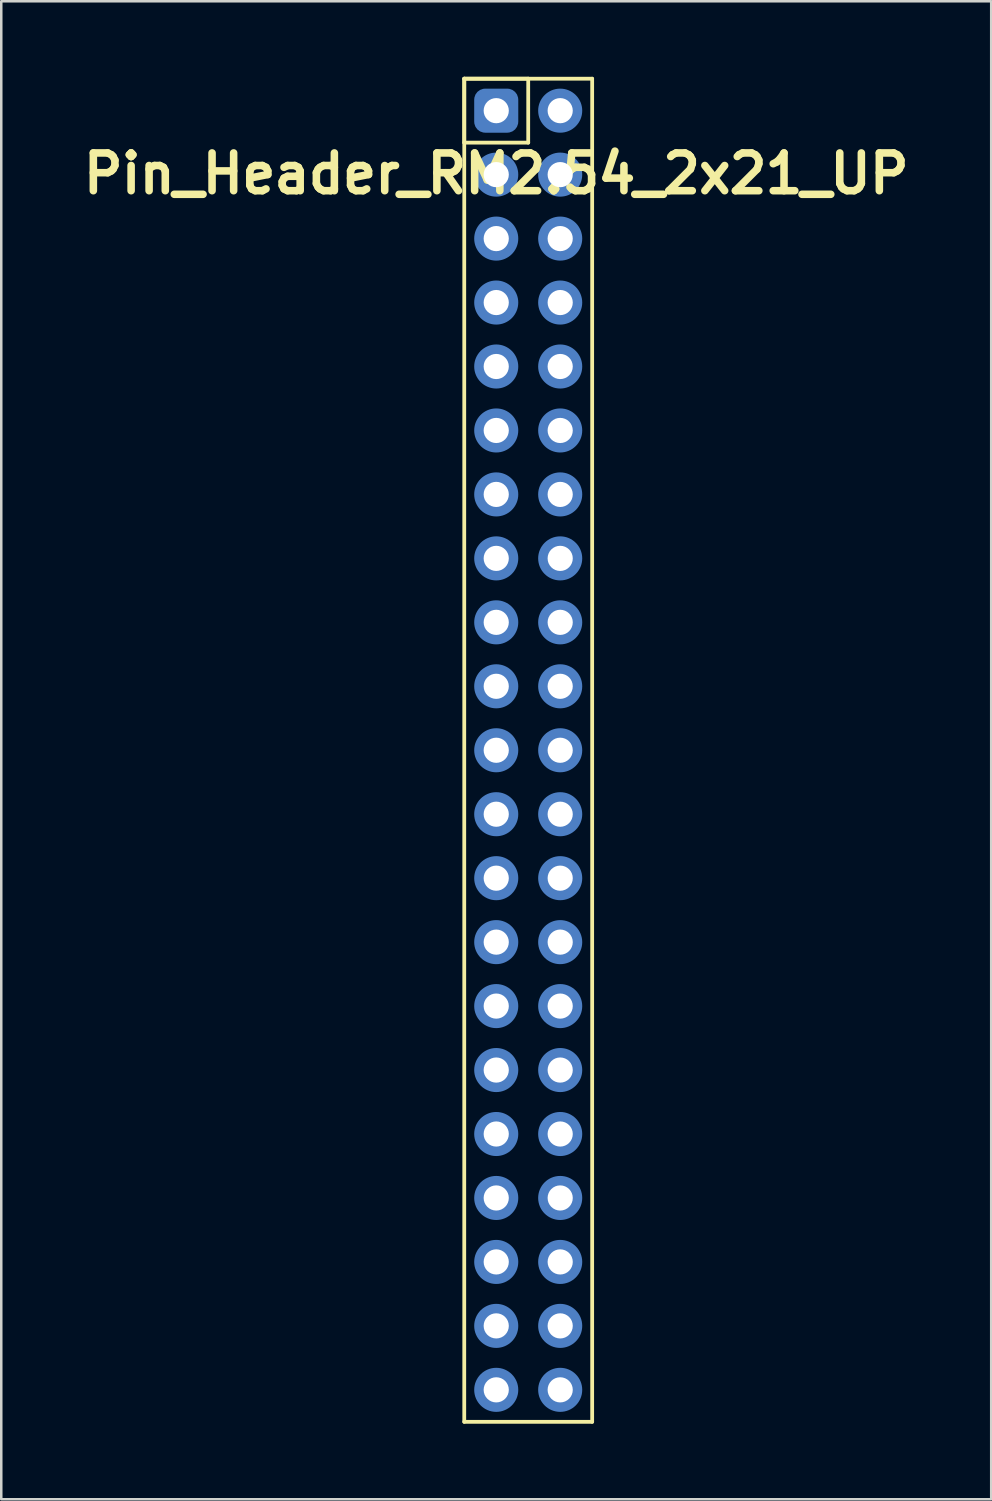
<source format=kicad_pcb>
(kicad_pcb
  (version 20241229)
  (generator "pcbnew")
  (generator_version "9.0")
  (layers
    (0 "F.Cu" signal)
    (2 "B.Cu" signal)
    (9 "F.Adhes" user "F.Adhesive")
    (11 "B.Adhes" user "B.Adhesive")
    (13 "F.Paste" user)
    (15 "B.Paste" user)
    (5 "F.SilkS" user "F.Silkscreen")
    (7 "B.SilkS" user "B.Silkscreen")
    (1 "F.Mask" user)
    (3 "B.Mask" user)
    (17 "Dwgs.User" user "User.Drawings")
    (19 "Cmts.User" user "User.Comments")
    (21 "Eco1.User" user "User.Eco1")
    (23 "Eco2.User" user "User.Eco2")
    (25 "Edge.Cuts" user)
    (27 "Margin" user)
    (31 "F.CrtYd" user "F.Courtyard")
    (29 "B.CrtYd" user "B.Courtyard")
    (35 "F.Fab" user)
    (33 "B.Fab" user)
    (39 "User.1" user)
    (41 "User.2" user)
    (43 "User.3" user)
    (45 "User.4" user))
  (footprint "Pin_Header_RM2.54_2x21_UP"
    (layer "F.Cu")
    (at 16.657 1.345)
    (property "Reference" "Pin_Header_RM2.54_2x21_UP" (at 0 2.5 0) (layer "F.SilkS") (effects (font (size 1.5 1.5) (thickness 0.3))))
    (attr through_hole)
    (fp_line (start -1.27 -1.27) (end 1.27 -1.27) (stroke (width 0.15) (type solid)) (layer "F.SilkS"))
    (fp_line (start -1.27 -1.27) (end 3.81 -1.27) (stroke (width 0.15) (type solid)) (layer "F.SilkS"))
    (fp_line (start -1.27 1.27) (end -1.27 -1.27) (stroke (width 0.15) (type solid)) (layer "F.SilkS"))
    (fp_line (start -1.27 52.07) (end -1.27 -1.27) (stroke (width 0.15) (type solid)) (layer "F.SilkS"))
    (fp_line (start 1.27 -1.27) (end 1.27 1.27) (stroke (width 0.15) (type solid)) (layer "F.SilkS"))
    (fp_line (start 1.27 1.27) (end -1.27 1.27) (stroke (width 0.15) (type solid)) (layer "F.SilkS"))
    (fp_line (start 3.81 -1.27) (end 3.81 52.07) (stroke (width 0.15) (type solid)) (layer "F.SilkS"))
    (fp_line (start 3.81 52.07) (end -1.27 52.07) (stroke (width 0.15) (type solid)) (layer "F.SilkS"))
    (pad "1" thru_hole circle (at 0 0) (size 1.3 1.3) (drill 1) (layers "*.Cu" "*.Mask"))
    (pad "1" smd roundrect (at 0 0) (size 1.5 1.5) (layers "F.Cu" "F.Mask") (roundrect_rratio 0.25))
    (pad "1" smd roundrect (at 0 0) (size 1.75 1.75) (layers "B.Cu" "B.Mask") (roundrect_rratio 0.25))
    (pad "2" thru_hole circle (at 2.54 0) (size 1.3 1.3) (drill 1) (layers "*.Cu" "*.Mask"))
    (pad "2" smd circle (at 2.54 0) (size 1.5 1.5) (layers "F.Cu" "F.Mask"))
    (pad "2" smd circle (at 2.54 0) (size 1.75 1.75) (layers "B.Cu" "B.Mask"))
    (pad "3" thru_hole circle (at 0 2.54) (size 1.3 1.3) (drill 1) (layers "*.Cu" "*.Mask"))
    (pad "3" smd circle (at 0 2.54) (size 1.5 1.5) (layers "F.Cu" "F.Mask"))
    (pad "3" smd circle (at 0 2.54) (size 1.75 1.75) (layers "B.Cu" "B.Mask"))
    (pad "4" thru_hole circle (at 2.54 2.54) (size 1.3 1.3) (drill 1) (layers "*.Cu" "*.Mask"))
    (pad "4" smd circle (at 2.54 2.54) (size 1.5 1.5) (layers "F.Cu" "F.Mask"))
    (pad "4" smd circle (at 2.54 2.54) (size 1.75 1.75) (layers "B.Cu" "B.Mask"))
    (pad "5" thru_hole circle (at 0 5.08) (size 1.3 1.3) (drill 1) (layers "*.Cu" "*.Mask"))
    (pad "5" smd circle (at 0 5.08) (size 1.5 1.5) (layers "F.Cu" "F.Mask"))
    (pad "5" smd circle (at 0 5.08) (size 1.75 1.75) (layers "B.Cu" "B.Mask"))
    (pad "6" thru_hole circle (at 2.54 5.08) (size 1.3 1.3) (drill 1) (layers "*.Cu" "*.Mask"))
    (pad "6" smd circle (at 2.54 5.08) (size 1.5 1.5) (layers "F.Cu" "F.Mask"))
    (pad "6" smd circle (at 2.54 5.08) (size 1.75 1.75) (layers "B.Cu" "B.Mask"))
    (pad "7" thru_hole circle (at 0 7.62) (size 1.3 1.3) (drill 1) (layers "*.Cu" "*.Mask"))
    (pad "7" smd circle (at 0 7.62) (size 1.5 1.5) (layers "F.Cu" "F.Mask"))
    (pad "7" smd circle (at 0 7.62) (size 1.75 1.75) (layers "B.Cu" "B.Mask"))
    (pad "8" thru_hole circle (at 2.54 7.62) (size 1.3 1.3) (drill 1) (layers "*.Cu" "*.Mask"))
    (pad "8" smd circle (at 2.54 7.62) (size 1.5 1.5) (layers "F.Cu" "F.Mask"))
    (pad "8" smd circle (at 2.54 7.62) (size 1.75 1.75) (layers "B.Cu" "B.Mask"))
    (pad "9" thru_hole circle (at 0 10.16) (size 1.3 1.3) (drill 1) (layers "*.Cu" "*.Mask"))
    (pad "9" smd circle (at 0 10.16) (size 1.5 1.5) (layers "F.Cu" "F.Mask"))
    (pad "9" smd circle (at 0 10.16) (size 1.75 1.75) (layers "B.Cu" "B.Mask"))
    (pad "10" thru_hole circle (at 2.54 10.16) (size 1.3 1.3) (drill 1) (layers "*.Cu" "*.Mask"))
    (pad "10" smd circle (at 2.54 10.16) (size 1.5 1.5) (layers "F.Cu" "F.Mask"))
    (pad "10" smd circle (at 2.54 10.16) (size 1.75 1.75) (layers "B.Cu" "B.Mask"))
    (pad "11" thru_hole circle (at 0 12.7) (size 1.3 1.3) (drill 1) (layers "*.Cu" "*.Mask"))
    (pad "11" smd circle (at 0 12.7) (size 1.5 1.5) (layers "F.Cu" "F.Mask"))
    (pad "11" smd circle (at 0 12.7) (size 1.75 1.75) (layers "B.Cu" "B.Mask"))
    (pad "12" thru_hole circle (at 2.54 12.7) (size 1.3 1.3) (drill 1) (layers "*.Cu" "*.Mask"))
    (pad "12" smd circle (at 2.54 12.7) (size 1.5 1.5) (layers "F.Cu" "F.Mask"))
    (pad "12" smd circle (at 2.54 12.7) (size 1.75 1.75) (layers "B.Cu" "B.Mask"))
    (pad "13" thru_hole circle (at 0 15.24) (size 1.3 1.3) (drill 1) (layers "*.Cu" "*.Mask"))
    (pad "13" smd circle (at 0 15.24) (size 1.5 1.5) (layers "F.Cu" "F.Mask"))
    (pad "13" smd circle (at 0 15.24) (size 1.75 1.75) (layers "B.Cu" "B.Mask"))
    (pad "14" thru_hole circle (at 2.54 15.24) (size 1.3 1.3) (drill 1) (layers "*.Cu" "*.Mask"))
    (pad "14" smd circle (at 2.54 15.24) (size 1.5 1.5) (layers "F.Cu" "F.Mask"))
    (pad "14" smd circle (at 2.54 15.24) (size 1.75 1.75) (layers "B.Cu" "B.Mask"))
    (pad "15" thru_hole circle (at 0 17.78) (size 1.3 1.3) (drill 1) (layers "*.Cu" "*.Mask"))
    (pad "15" smd circle (at 0 17.78) (size 1.5 1.5) (layers "F.Cu" "F.Mask"))
    (pad "15" smd circle (at 0 17.78) (size 1.75 1.75) (layers "B.Cu" "B.Mask"))
    (pad "16" thru_hole circle (at 2.54 17.78) (size 1.3 1.3) (drill 1) (layers "*.Cu" "*.Mask"))
    (pad "16" smd circle (at 2.54 17.78) (size 1.5 1.5) (layers "F.Cu" "F.Mask"))
    (pad "16" smd circle (at 2.54 17.78) (size 1.75 1.75) (layers "B.Cu" "B.Mask"))
    (pad "17" thru_hole circle (at 0 20.32) (size 1.3 1.3) (drill 1) (layers "*.Cu" "*.Mask"))
    (pad "17" smd circle (at 0 20.32) (size 1.5 1.5) (layers "F.Cu" "F.Mask"))
    (pad "17" smd circle (at 0 20.32) (size 1.75 1.75) (layers "B.Cu" "B.Mask"))
    (pad "18" thru_hole circle (at 2.54 20.32) (size 1.3 1.3) (drill 1) (layers "*.Cu" "*.Mask"))
    (pad "18" smd circle (at 2.54 20.32) (size 1.5 1.5) (layers "F.Cu" "F.Mask"))
    (pad "18" smd circle (at 2.54 20.32) (size 1.75 1.75) (layers "B.Cu" "B.Mask"))
    (pad "19" thru_hole circle (at 0 22.86) (size 1.3 1.3) (drill 1) (layers "*.Cu" "*.Mask"))
    (pad "19" smd circle (at 0 22.86) (size 1.5 1.5) (layers "F.Cu" "F.Mask"))
    (pad "19" smd circle (at 0 22.86) (size 1.75 1.75) (layers "B.Cu" "B.Mask"))
    (pad "20" thru_hole circle (at 2.54 22.86) (size 1.3 1.3) (drill 1) (layers "*.Cu" "*.Mask"))
    (pad "20" smd circle (at 2.54 22.86) (size 1.5 1.5) (layers "F.Cu" "F.Mask"))
    (pad "20" smd circle (at 2.54 22.86) (size 1.75 1.75) (layers "B.Cu" "B.Mask"))
    (pad "21" thru_hole circle (at 0 25.4) (size 1.3 1.3) (drill 1) (layers "*.Cu" "*.Mask"))
    (pad "21" smd circle (at 0 25.4) (size 1.5 1.5) (layers "F.Cu" "F.Mask"))
    (pad "21" smd circle (at 0 25.4) (size 1.75 1.75) (layers "B.Cu" "B.Mask"))
    (pad "22" thru_hole circle (at 2.54 25.4) (size 1.3 1.3) (drill 1) (layers "*.Cu" "*.Mask"))
    (pad "22" smd circle (at 2.54 25.4) (size 1.5 1.5) (layers "F.Cu" "F.Mask"))
    (pad "22" smd circle (at 2.54 25.4) (size 1.75 1.75) (layers "B.Cu" "B.Mask"))
    (pad "23" thru_hole circle (at 0 27.94) (size 1.3 1.3) (drill 1) (layers "*.Cu" "*.Mask"))
    (pad "23" smd circle (at 0 27.94) (size 1.5 1.5) (layers "F.Cu" "F.Mask"))
    (pad "23" smd circle (at 0 27.94) (size 1.75 1.75) (layers "B.Cu" "B.Mask"))
    (pad "24" thru_hole circle (at 2.54 27.94) (size 1.3 1.3) (drill 1) (layers "*.Cu" "*.Mask"))
    (pad "24" smd circle (at 2.54 27.94) (size 1.5 1.5) (layers "F.Cu" "F.Mask"))
    (pad "24" smd circle (at 2.54 27.94) (size 1.75 1.75) (layers "B.Cu" "B.Mask"))
    (pad "25" thru_hole circle (at 0 30.48) (size 1.3 1.3) (drill 1) (layers "*.Cu" "*.Mask"))
    (pad "25" smd circle (at 0 30.48) (size 1.5 1.5) (layers "F.Cu" "F.Mask"))
    (pad "25" smd circle (at 0 30.48) (size 1.75 1.75) (layers "B.Cu" "B.Mask"))
    (pad "26" thru_hole circle (at 2.54 30.48) (size 1.3 1.3) (drill 1) (layers "*.Cu" "*.Mask"))
    (pad "26" smd circle (at 2.54 30.48) (size 1.5 1.5) (layers "F.Cu" "F.Mask"))
    (pad "26" smd circle (at 2.54 30.48) (size 1.75 1.75) (layers "B.Cu" "B.Mask"))
    (pad "27" thru_hole circle (at 0 33.02) (size 1.3 1.3) (drill 1) (layers "*.Cu" "*.Mask"))
    (pad "27" smd circle (at 0 33.02) (size 1.5 1.5) (layers "F.Cu" "F.Mask"))
    (pad "27" smd circle (at 0 33.02) (size 1.75 1.75) (layers "B.Cu" "B.Mask"))
    (pad "28" thru_hole circle (at 2.54 33.02) (size 1.3 1.3) (drill 1) (layers "*.Cu" "*.Mask"))
    (pad "28" smd circle (at 2.54 33.02) (size 1.5 1.5) (layers "F.Cu" "F.Mask"))
    (pad "28" smd circle (at 2.54 33.02) (size 1.75 1.75) (layers "B.Cu" "B.Mask"))
    (pad "29" thru_hole circle (at 0 35.56) (size 1.3 1.3) (drill 1) (layers "*.Cu" "*.Mask"))
    (pad "29" smd circle (at 0 35.56) (size 1.5 1.5) (layers "F.Cu" "F.Mask"))
    (pad "29" smd circle (at 0 35.56) (size 1.75 1.75) (layers "B.Cu" "B.Mask"))
    (pad "30" thru_hole circle (at 2.54 35.56) (size 1.3 1.3) (drill 1) (layers "*.Cu" "*.Mask"))
    (pad "30" smd circle (at 2.54 35.56) (size 1.5 1.5) (layers "F.Cu" "F.Mask"))
    (pad "30" smd circle (at 2.54 35.56) (size 1.75 1.75) (layers "B.Cu" "B.Mask"))
    (pad "31" thru_hole circle (at 0 38.1) (size 1.3 1.3) (drill 1) (layers "*.Cu" "*.Mask"))
    (pad "31" smd circle (at 0 38.1) (size 1.5 1.5) (layers "F.Cu" "F.Mask"))
    (pad "31" smd circle (at 0 38.1) (size 1.75 1.75) (layers "B.Cu" "B.Mask"))
    (pad "32" thru_hole circle (at 2.54 38.1) (size 1.3 1.3) (drill 1) (layers "*.Cu" "*.Mask"))
    (pad "32" smd circle (at 2.54 38.1) (size 1.5 1.5) (layers "F.Cu" "F.Mask"))
    (pad "32" smd circle (at 2.54 38.1) (size 1.75 1.75) (layers "B.Cu" "B.Mask"))
    (pad "33" thru_hole circle (at 0 40.64) (size 1.3 1.3) (drill 1) (layers "*.Cu" "*.Mask"))
    (pad "33" smd circle (at 0 40.64) (size 1.5 1.5) (layers "F.Cu" "F.Mask"))
    (pad "33" smd circle (at 0 40.64) (size 1.75 1.75) (layers "B.Cu" "B.Mask"))
    (pad "34" thru_hole circle (at 2.54 40.64) (size 1.3 1.3) (drill 1) (layers "*.Cu" "*.Mask"))
    (pad "34" smd circle (at 2.54 40.64) (size 1.5 1.5) (layers "F.Cu" "F.Mask"))
    (pad "34" smd circle (at 2.54 40.64) (size 1.75 1.75) (layers "B.Cu" "B.Mask"))
    (pad "35" thru_hole circle (at 0 43.18) (size 1.3 1.3) (drill 1) (layers "*.Cu" "*.Mask"))
    (pad "35" smd circle (at 0 43.18) (size 1.5 1.5) (layers "F.Cu" "F.Mask"))
    (pad "35" smd circle (at 0 43.18) (size 1.75 1.75) (layers "B.Cu" "B.Mask"))
    (pad "36" thru_hole circle (at 2.54 43.18) (size 1.3 1.3) (drill 1) (layers "*.Cu" "*.Mask"))
    (pad "36" smd circle (at 2.54 43.18) (size 1.5 1.5) (layers "F.Cu" "F.Mask"))
    (pad "36" smd circle (at 2.54 43.18) (size 1.75 1.75) (layers "B.Cu" "B.Mask"))
    (pad "37" thru_hole circle (at 0 45.72) (size 1.3 1.3) (drill 1) (layers "*.Cu" "*.Mask"))
    (pad "37" smd circle (at 0 45.72) (size 1.5 1.5) (layers "F.Cu" "F.Mask"))
    (pad "37" smd circle (at 0 45.72) (size 1.75 1.75) (layers "B.Cu" "B.Mask"))
    (pad "38" thru_hole circle (at 2.54 45.72) (size 1.3 1.3) (drill 1) (layers "*.Cu" "*.Mask"))
    (pad "38" smd circle (at 2.54 45.72) (size 1.5 1.5) (layers "F.Cu" "F.Mask"))
    (pad "38" smd circle (at 2.54 45.72) (size 1.75 1.75) (layers "B.Cu" "B.Mask"))
    (pad "39" thru_hole circle (at 0 48.26) (size 1.3 1.3) (drill 1) (layers "*.Cu" "*.Mask"))
    (pad "39" smd circle (at 0 48.26) (size 1.5 1.5) (layers "F.Cu" "F.Mask"))
    (pad "39" smd circle (at 0 48.26) (size 1.75 1.75) (layers "B.Cu" "B.Mask"))
    (pad "40" thru_hole circle (at 2.54 48.26) (size 1.3 1.3) (drill 1) (layers "*.Cu" "*.Mask"))
    (pad "40" smd circle (at 2.54 48.26) (size 1.5 1.5) (layers "F.Cu" "F.Mask"))
    (pad "40" smd circle (at 2.54 48.26) (size 1.75 1.75) (layers "B.Cu" "B.Mask"))
    (pad "41" thru_hole circle (at 0 50.8) (size 1.3 1.3) (drill 1) (layers "*.Cu" "*.Mask"))
    (pad "41" smd circle (at 0 50.8) (size 1.5 1.5) (layers "F.Cu" "F.Mask"))
    (pad "41" smd circle (at 0 50.8) (size 1.75 1.75) (layers "B.Cu" "B.Mask"))
    (pad "42" thru_hole circle (at 2.54 50.8) (size 1.3 1.3) (drill 1) (layers "*.Cu" "*.Mask"))
    (pad "42" smd circle (at 2.54 50.8) (size 1.5 1.5) (layers "F.Cu" "F.Mask"))
    (pad "42" smd circle (at 2.54 50.8) (size 1.75 1.75) (layers "B.Cu" "B.Mask")))
  (gr_rect
    (start -3 -3)
    (end 36.314 56.49)
    (stroke (width 0.1) (type default))
    (fill no)
    (layer "Edge.Cuts")))
</source>
